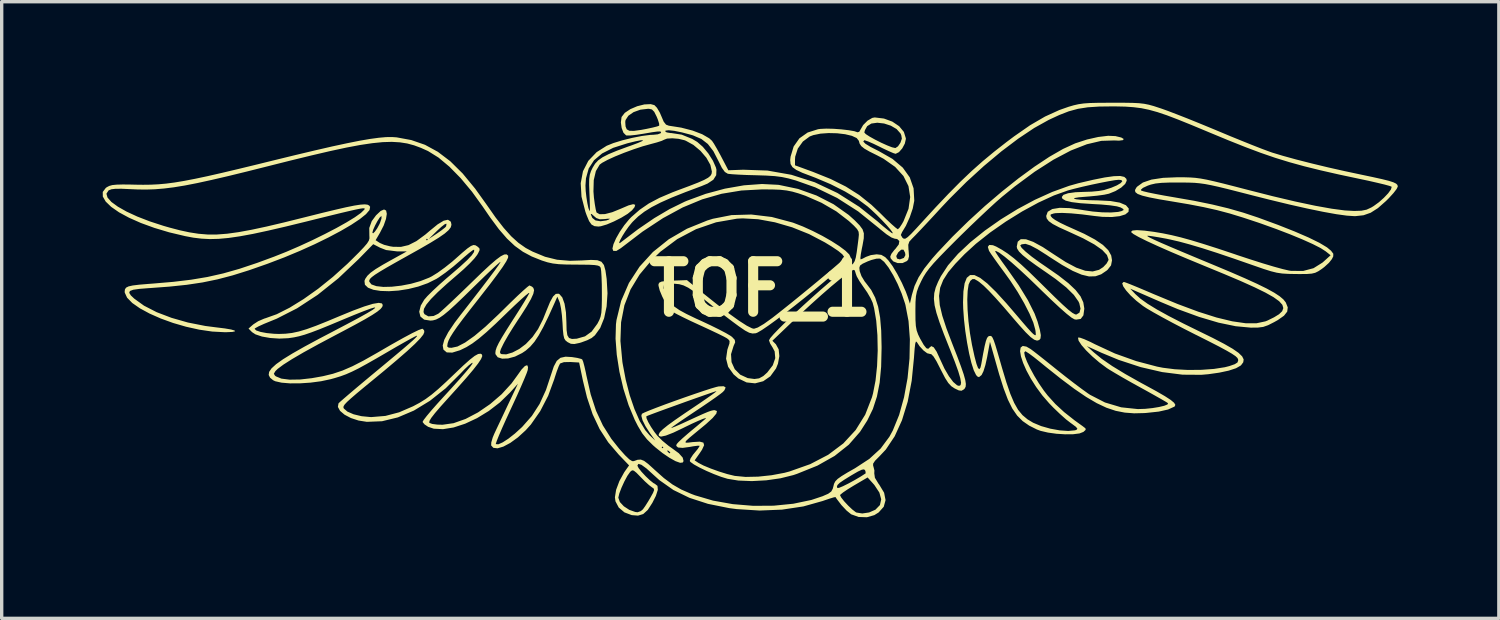
<source format=kicad_pcb>
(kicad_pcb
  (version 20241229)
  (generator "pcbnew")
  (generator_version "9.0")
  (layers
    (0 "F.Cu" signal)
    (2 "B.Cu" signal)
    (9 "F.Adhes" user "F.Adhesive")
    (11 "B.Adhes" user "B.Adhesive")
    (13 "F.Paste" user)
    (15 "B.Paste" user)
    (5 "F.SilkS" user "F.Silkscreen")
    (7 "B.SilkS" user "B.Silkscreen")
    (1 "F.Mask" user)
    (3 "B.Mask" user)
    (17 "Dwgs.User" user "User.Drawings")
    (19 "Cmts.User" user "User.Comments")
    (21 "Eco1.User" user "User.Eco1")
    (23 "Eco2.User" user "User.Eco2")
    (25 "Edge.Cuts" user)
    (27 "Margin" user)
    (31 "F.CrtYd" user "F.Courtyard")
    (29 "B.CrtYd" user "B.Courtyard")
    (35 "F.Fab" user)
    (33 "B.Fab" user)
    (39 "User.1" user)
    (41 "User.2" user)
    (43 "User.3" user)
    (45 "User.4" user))
  (footprint "TOF_1"
    (layer "F.Cu")
    (at 19.521 5.526)
    (property "Reference" "TOF_1" (at 0 0 0) (layer "F.SilkS") (effects (font (size 1.5 1.5) (thickness 0.3))))
    (attr board_only exclude_from_pos_files exclude_from_bom)
    (fp_poly (pts (xy 10.795 -5.526) (xy 11.046 -5.522) (xy 11.238 -5.513) (xy 11.393 -5.495) (xy 11.533 -5.467) (xy 11.681 -5.426) (xy 11.857 -5.368) (xy 11.9 -5.354) (xy 12.096 -5.284) (xy 12.365 -5.181) (xy 12.687 -5.055) (xy 13.04 -4.912) (xy 13.404 -4.762) (xy 13.596 -4.682) (xy 13.95 -4.534) (xy 14.296 -4.393) (xy 14.617 -4.264) (xy 14.893 -4.156) (xy 15.106 -4.077) (xy 15.194 -4.046) (xy 15.509 -3.951) (xy 15.904 -3.842) (xy 16.359 -3.726) (xy 16.853 -3.607) (xy 17.364 -3.492) (xy 17.816 -3.396) (xy 18.181 -3.319) (xy 18.456 -3.258) (xy 18.655 -3.208) (xy 18.789 -3.165) (xy 18.87 -3.126) (xy 18.91 -3.086) (xy 18.921 -3.041) (xy 18.921 -3.038) (xy 18.886 -2.965) (xy 18.792 -2.843) (xy 18.655 -2.693) (xy 18.572 -2.61) (xy 18.331 -2.398) (xy 18.117 -2.261) (xy 17.903 -2.186) (xy 17.662 -2.16) (xy 17.63 -2.16) (xy 17.408 -2.175) (xy 17.096 -2.218) (xy 16.702 -2.289) (xy 16.233 -2.386) (xy 15.697 -2.507) (xy 15.102 -2.651) (xy 14.654 -2.764) (xy 14.225 -2.874) (xy 13.88 -2.962) (xy 13.604 -3.029) (xy 13.383 -3.078) (xy 13.2 -3.113) (xy 13.04 -3.135) (xy 12.889 -3.149) (xy 12.731 -3.155) (xy 12.551 -3.158) (xy 12.443 -3.158) (xy 12.133 -3.157) (xy 11.903 -3.148) (xy 11.73 -3.129) (xy 11.591 -3.097) (xy 11.5 -3.066) (xy 11.356 -2.999) (xy 11.295 -2.944) (xy 11.3 -2.922) (xy 11.364 -2.899) (xy 11.512 -2.863) (xy 11.728 -2.819) (xy 11.994 -2.769) (xy 12.268 -2.722) (xy 12.88 -2.615) (xy 13.413 -2.506) (xy 13.89 -2.391) (xy 14.334 -2.264) (xy 14.77 -2.119) (xy 14.792 -2.111) (xy 15.369 -1.899) (xy 15.864 -1.703) (xy 16.273 -1.526) (xy 16.593 -1.369) (xy 16.82 -1.233) (xy 16.94 -1.133) (xy 17.007 -1.044) (xy 17.005 -0.965) (xy 16.965 -0.885) (xy 16.878 -0.775) (xy 16.742 -0.651) (xy 16.666 -0.593) (xy 16.562 -0.524) (xy 16.471 -0.479) (xy 16.367 -0.454) (xy 16.223 -0.443) (xy 16.014 -0.441) (xy 15.896 -0.442) (xy 15.671 -0.446) (xy 15.491 -0.457) (xy 15.329 -0.481) (xy 15.156 -0.524) (xy 14.943 -0.591) (xy 14.663 -0.688) (xy 14.654 -0.691) (xy 14.063 -0.897) (xy 13.557 -1.068) (xy 13.124 -1.207) (xy 12.752 -1.318) (xy 12.431 -1.405) (xy 12.149 -1.47) (xy 12.053 -1.49) (xy 11.828 -1.531) (xy 11.644 -1.561) (xy 11.522 -1.577) (xy 11.483 -1.577) (xy 11.498 -1.558) (xy 11.566 -1.519) (xy 11.693 -1.458) (xy 11.886 -1.371) (xy 12.15 -1.257) (xy 12.492 -1.112) (xy 12.917 -0.934) (xy 13.42 -0.725) (xy 13.948 -0.504) (xy 14.388 -0.313) (xy 14.746 -0.15) (xy 15.031 -0.01) (xy 15.251 0.111) (xy 15.413 0.217) (xy 15.525 0.312) (xy 15.595 0.4) (xy 15.597 0.404) (xy 15.655 0.548) (xy 15.639 0.674) (xy 15.543 0.796) (xy 15.358 0.926) (xy 15.251 0.986) (xy 15.072 1.077) (xy 14.926 1.128) (xy 14.769 1.148) (xy 14.556 1.15) (xy 14.551 1.149) (xy 14.111 1.108) (xy 13.6 1.002) (xy 13.024 0.831) (xy 12.388 0.599) (xy 11.903 0.396) (xy 11.675 0.297) (xy 11.447 0.197) (xy 11.261 0.116) (xy 11.235 0.105) (xy 10.978 -0.007) (xy 11.132 0.155) (xy 11.281 0.289) (xy 11.491 0.439) (xy 11.77 0.61) (xy 12.123 0.805) (xy 12.559 1.029) (xy 13.009 1.25) (xy 13.432 1.457) (xy 13.766 1.631) (xy 14.018 1.776) (xy 14.194 1.898) (xy 14.301 2.002) (xy 14.346 2.093) (xy 14.334 2.177) (xy 14.273 2.26) (xy 14.254 2.278) (xy 14.119 2.355) (xy 13.902 2.426) (xy 13.621 2.486) (xy 13.298 2.532) (xy 13.089 2.55) (xy 12.533 2.546) (xy 11.927 2.469) (xy 11.288 2.321) (xy 10.636 2.107) (xy 10.129 1.897) (xy 9.692 1.698) (xy 9.898 1.884) (xy 10.135 2.077) (xy 10.444 2.29) (xy 10.833 2.527) (xy 11.308 2.794) (xy 11.427 2.858) (xy 11.762 3.041) (xy 12.01 3.185) (xy 12.181 3.296) (xy 12.281 3.38) (xy 12.318 3.441) (xy 12.299 3.487) (xy 12.289 3.495) (xy 12.102 3.58) (xy 11.825 3.642) (xy 11.451 3.682) (xy 11.389 3.686) (xy 11.094 3.693) (xy 10.817 3.672) (xy 10.547 3.619) (xy 10.273 3.527) (xy 9.984 3.391) (xy 9.67 3.206) (xy 9.319 2.967) (xy 8.921 2.668) (xy 8.464 2.304) (xy 8.288 2.16) (xy 8.12 2.026) (xy 7.979 1.921) (xy 7.885 1.86) (xy 7.861 1.851) (xy 7.832 1.891) (xy 7.853 2) (xy 7.915 2.162) (xy 8.011 2.36) (xy 8.131 2.58) (xy 8.268 2.804) (xy 8.414 3.017) (xy 8.53 3.166) (xy 8.757 3.417) (xy 9.017 3.657) (xy 9.334 3.907) (xy 9.565 4.073) (xy 9.65 4.139) (xy 9.656 4.184) (xy 9.589 4.245) (xy 9.474 4.29) (xy 9.284 4.314) (xy 9.047 4.316) (xy 8.79 4.3) (xy 8.538 4.265) (xy 8.319 4.214) (xy 8.21 4.174) (xy 7.979 4.058) (xy 7.786 3.924) (xy 7.622 3.76) (xy 7.478 3.551) (xy 7.347 3.286) (xy 7.22 2.951) (xy 7.088 2.533) (xy 7.033 2.34) (xy 6.815 1.57) (xy 6.732 2.022) (xy 6.68 2.257) (xy 6.623 2.442) (xy 6.569 2.552) (xy 6.561 2.561) (xy 6.489 2.619) (xy 6.437 2.597) (xy 6.401 2.552) (xy 6.334 2.416) (xy 6.264 2.197) (xy 6.197 1.917) (xy 6.136 1.595) (xy 6.083 1.251) (xy 6.044 0.907) (xy 6.021 0.581) (xy 6.016 0.396) (xy 6.027 0.075) (xy 6.063 -0.167) (xy 6.127 -0.329) (xy 6.224 -0.41) (xy 6.355 -0.41) (xy 6.525 -0.327) (xy 6.737 -0.161) (xy 6.994 0.089) (xy 7.3 0.424) (xy 7.621 0.798) (xy 7.783 0.989) (xy 7.928 1.156) (xy 8.041 1.28) (xy 8.1 1.338) (xy 8.157 1.378) (xy 8.177 1.357) (xy 8.168 1.258) (xy 8.16 1.208) (xy 8.102 1) (xy 7.988 0.732) (xy 7.83 0.423) (xy 7.638 0.092) (xy 7.421 -0.241) (xy 7.257 -0.469) (xy 7.099 -0.683) (xy 6.96 -0.877) (xy 6.852 -1.03) (xy 6.792 -1.123) (xy 6.787 -1.131) (xy 6.752 -1.248) (xy 6.794 -1.305) (xy 6.903 -1.297) (xy 7 -1.257) (xy 7.172 -1.161) (xy 7.343 -1.049) (xy 7.526 -0.909) (xy 7.734 -0.731) (xy 7.979 -0.504) (xy 8.273 -0.217) (xy 8.453 -0.039) (xy 8.741 0.245) (xy 8.967 0.461) (xy 9.137 0.614) (xy 9.26 0.71) (xy 9.342 0.755) (xy 9.378 0.761) (xy 9.472 0.705) (xy 9.503 0.586) (xy 9.467 0.427) (xy 9.442 0.373) (xy 9.305 0.178) (xy 9.081 -0.043) (xy 8.766 -0.293) (xy 8.51 -0.473) (xy 8.192 -0.693) (xy 7.954 -0.866) (xy 7.786 -1.002) (xy 7.678 -1.109) (xy 7.623 -1.194) (xy 7.61 -1.253) (xy 7.64 -1.402) (xy 7.73 -1.476) (xy 7.883 -1.474) (xy 8.1 -1.396) (xy 8.383 -1.242) (xy 8.689 -1.04) (xy 9.063 -0.798) (xy 9.378 -0.631) (xy 9.643 -0.539) (xy 9.865 -0.518) (xy 10.054 -0.567) (xy 10.177 -0.647) (xy 10.278 -0.754) (xy 10.332 -0.852) (xy 10.335 -0.871) (xy 10.288 -1.006) (xy 10.148 -1.156) (xy 9.912 -1.321) (xy 9.578 -1.503) (xy 9.146 -1.702) (xy 8.871 -1.826) (xy 8.68 -1.926) (xy 8.561 -2.011) (xy 8.5 -2.09) (xy 8.484 -2.165) (xy 8.53 -2.29) (xy 8.665 -2.371) (xy 8.886 -2.407) (xy 9.188 -2.398) (xy 9.568 -2.342) (xy 9.581 -2.339) (xy 9.863 -2.297) (xy 10.149 -2.273) (xy 10.41 -2.269) (xy 10.618 -2.285) (xy 10.719 -2.309) (xy 10.784 -2.342) (xy 10.769 -2.374) (xy 10.694 -2.418) (xy 10.582 -2.451) (xy 10.383 -2.481) (xy 10.111 -2.506) (xy 9.872 -2.519) (xy 9.508 -2.543) (xy 9.241 -2.576) (xy 9.062 -2.62) (xy 8.967 -2.676) (xy 8.947 -2.728) (xy 8.996 -2.792) (xy 9.135 -2.84) (xy 9.354 -2.87) (xy 9.605 -2.88) (xy 9.83 -2.887) (xy 10.045 -2.907) (xy 10.203 -2.935) (xy 10.206 -2.936) (xy 10.415 -3.002) (xy 10.582 -3.073) (xy 10.696 -3.141) (xy 10.744 -3.196) (xy 10.715 -3.231) (xy 10.64 -3.239) (xy 10.526 -3.228) (xy 10.336 -3.196) (xy 10.095 -3.149) (xy 9.827 -3.093) (xy 9.557 -3.032) (xy 9.308 -2.971) (xy 9.127 -2.922) (xy 8.713 -2.774) (xy 8.253 -2.562) (xy 7.77 -2.299) (xy 7.285 -1.998) (xy 6.82 -1.674) (xy 6.397 -1.339) (xy 6.063 -1.033) (xy 5.788 -0.748) (xy 5.577 -0.498) (xy 5.428 -0.265) (xy 5.337 -0.036) (xy 5.304 0.207) (xy 5.325 0.479) (xy 5.4 0.796) (xy 5.524 1.174) (xy 5.694 1.62) (xy 5.844 2.004) (xy 5.956 2.305) (xy 6.035 2.534) (xy 6.082 2.703) (xy 6.1 2.823) (xy 6.093 2.905) (xy 6.063 2.961) (xy 6.04 2.983) (xy 5.971 3.023) (xy 5.89 3.013) (xy 5.766 2.954) (xy 5.667 2.888) (xy 5.578 2.792) (xy 5.484 2.646) (xy 5.371 2.428) (xy 5.347 2.381) (xy 5.229 2.15) (xy 5.14 2.006) (xy 5.074 1.938) (xy 5.036 1.931) (xy 4.952 1.91) (xy 4.839 1.825) (xy 4.725 1.7) (xy 4.643 1.576) (xy 4.618 1.562) (xy 4.597 1.625) (xy 4.579 1.776) (xy 4.561 2.02) (xy 4.56 2.039) (xy 4.492 2.726) (xy 4.373 3.348) (xy 4.203 3.9) (xy 3.987 4.375) (xy 3.726 4.766) (xy 3.53 4.974) (xy 3.403 5.102) (xy 3.346 5.189) (xy 3.348 5.256) (xy 3.355 5.269) (xy 3.385 5.389) (xy 3.381 5.476) (xy 3.4 5.607) (xy 3.505 5.78) (xy 3.53 5.813) (xy 3.673 6.05) (xy 3.716 6.27) (xy 3.662 6.467) (xy 3.511 6.635) (xy 3.383 6.715) (xy 3.163 6.778) (xy 2.918 6.77) (xy 2.699 6.692) (xy 2.692 6.688) (xy 2.559 6.58) (xy 2.406 6.417) (xy 2.266 6.234) (xy 2.23 6.179) (xy 2.181 6.187) (xy 2.059 6.224) (xy 1.89 6.281) (xy 1.851 6.295) (xy 1.275 6.457) (xy 0.643 6.552) (xy -0.025 6.579) (xy -0.704 6.536) (xy -0.926 6.507) (xy -1.556 6.38) (xy -2.104 6.202) (xy -2.582 5.969) (xy -3 5.675) (xy -3.173 5.519) (xy -3.381 5.33) (xy -3.531 5.221) (xy -3.621 5.193) (xy -3.651 5.246) (xy -3.615 5.318) (xy -3.526 5.431) (xy -3.406 5.56) (xy -3.281 5.679) (xy -3.175 5.763) (xy -3.132 5.786) (xy -3.054 5.847) (xy -3.044 5.964) (xy -3.102 6.144) (xy -3.206 6.35) (xy -3.342 6.56) (xy -3.477 6.683) (xy -3.632 6.73) (xy -3.819 6.715) (xy -4.036 6.633) (xy -4.204 6.49) (xy -4.301 6.306) (xy -4.316 6.2) (xy -4.216 6.2) (xy -4.171 6.326) (xy -4.053 6.453) (xy -3.892 6.558) (xy -3.715 6.621) (xy -3.646 6.63) (xy -3.549 6.596) (xy -3.487 6.543) (xy -3.419 6.448) (xy -3.327 6.302) (xy -3.266 6.198) (xy -3.186 6.054) (xy -3.154 5.971) (xy -3.167 5.925) (xy -3.218 5.89) (xy -3.304 5.825) (xy -3.43 5.711) (xy -3.55 5.589) (xy -3.677 5.459) (xy -3.756 5.395) (xy -3.808 5.385) (xy -3.855 5.421) (xy -3.868 5.435) (xy -3.948 5.549) (xy -4.038 5.717) (xy -4.123 5.903) (xy -4.188 6.074) (xy -4.216 6.193) (xy -4.216 6.2) (xy -4.316 6.2) (xy -4.318 6.188) (xy -4.282 5.963) (xy -4.185 5.704) (xy -4.043 5.446) (xy -4.006 5.392) (xy -3.897 5.239) (xy -4.206 4.917) (xy -4.518 4.552) (xy -4.772 4.16) (xy -4.979 3.722) (xy -5.147 3.219) (xy -5.267 2.725) (xy -5.38 2.185) (xy -5.638 2.17) (xy -5.831 2.174) (xy -5.94 2.212) (xy -5.949 2.221) (xy -5.988 2.301) (xy -6.044 2.449) (xy -6.106 2.638) (xy -6.116 2.674) (xy -6.299 3.172) (xy -6.536 3.63) (xy -6.812 4.025) (xy -6.966 4.196) (xy -7.198 4.408) (xy -7.423 4.571) (xy -7.629 4.681) (xy -7.801 4.732) (xy -7.927 4.717) (xy -7.991 4.647) (xy -7.988 4.557) (xy -7.946 4.413) (xy -7.899 4.3) (xy -7.829 4.15) (xy -7.727 3.935) (xy -7.609 3.685) (xy -7.487 3.427) (xy -7.486 3.425) (xy -7.196 2.814) (xy -7.435 3.08) (xy -7.731 3.369) (xy -8.061 3.623) (xy -8.41 3.836) (xy -8.763 4.001) (xy -9.106 4.113) (xy -9.422 4.164) (xy -9.696 4.149) (xy -9.863 4.093) (xy -9.971 4.02) (xy -10.025 3.953) (xy -10.026 3.945) (xy -9.993 3.887) (xy -9.901 3.768) (xy -9.764 3.605) (xy -9.593 3.411) (xy -9.507 3.316) (xy -9.183 2.962) (xy -8.928 2.679) (xy -8.74 2.463) (xy -8.614 2.312) (xy -8.55 2.223) (xy -8.543 2.192) (xy -8.565 2.199) (xy -8.654 2.266) (xy -8.78 2.384) (xy -8.893 2.503) (xy -9.342 2.951) (xy -9.808 3.321) (xy -10.284 3.611) (xy -10.761 3.814) (xy -11.23 3.928) (xy -11.681 3.946) (xy -11.929 3.907) (xy -12.155 3.833) (xy -12.343 3.734) (xy -12.477 3.62) (xy -12.541 3.503) (xy -12.523 3.398) (xy -12.477 3.353) (xy -12.362 3.253) (xy -12.191 3.106) (xy -11.974 2.922) (xy -11.722 2.711) (xy -11.53 2.551) (xy -11.154 2.239) (xy -10.851 1.986) (xy -10.614 1.787) (xy -10.437 1.635) (xy -10.313 1.526) (xy -10.235 1.452) (xy -10.197 1.409) (xy -10.192 1.391) (xy -10.198 1.389) (xy -10.255 1.414) (xy -10.384 1.482) (xy -10.572 1.587) (xy -10.803 1.718) (xy -11.021 1.845) (xy -11.389 2.059) (xy -11.685 2.227) (xy -11.924 2.358) (xy -12.124 2.457) (xy -12.299 2.534) (xy -12.466 2.595) (xy -12.64 2.648) (xy -12.756 2.68) (xy -13.041 2.741) (xy -13.352 2.782) (xy -13.666 2.803) (xy -13.961 2.804) (xy -14.214 2.783) (xy -14.4 2.741) (xy -14.463 2.711) (xy -14.554 2.636) (xy -14.595 2.554) (xy -14.582 2.463) (xy -14.51 2.358) (xy -14.374 2.234) (xy -14.169 2.088) (xy -13.888 1.915) (xy -13.528 1.711) (xy -13.083 1.471) (xy -12.723 1.283) (xy -12.28 1.05) (xy -11.929 0.863) (xy -11.671 0.719) (xy -11.505 0.619) (xy -11.432 0.563) (xy -11.452 0.55) (xy -11.563 0.582) (xy -11.767 0.657) (xy -12.063 0.775) (xy -12.391 0.911) (xy -12.778 1.073) (xy -13.085 1.198) (xy -13.33 1.291) (xy -13.528 1.359) (xy -13.694 1.406) (xy -13.844 1.438) (xy -13.993 1.46) (xy -14.014 1.463) (xy -14.28 1.475) (xy -14.549 1.457) (xy -14.795 1.414) (xy -14.988 1.349) (xy -15.088 1.284) (xy -15.194 1.177) (xy -15.052 1.053) (xy -14.907 0.959) (xy -14.729 0.882) (xy -14.692 0.871) (xy -14.356 0.751) (xy -13.974 0.558) (xy -13.559 0.302) (xy -13.125 -0.006) (xy -12.689 -0.357) (xy -12.263 -0.741) (xy -12.129 -0.872) (xy -11.917 -1.083) (xy -11.77 -1.238) (xy -11.675 -1.349) (xy -11.623 -1.432) (xy -11.604 -1.5) (xy -11.606 -1.568) (xy -11.607 -1.581) (xy -11.608 -1.67) (xy -11.517 -1.67) (xy -11.496 -1.65) (xy -11.443 -1.7) (xy -11.374 -1.799) (xy -11.307 -1.924) (xy -11.288 -1.967) (xy -11.248 -2.086) (xy -11.246 -2.154) (xy -11.255 -2.16) (xy -11.3 -2.118) (xy -11.367 -2.014) (xy -11.437 -1.883) (xy -11.493 -1.758) (xy -11.517 -1.672) (xy -11.517 -1.67) (xy -11.608 -1.67) (xy -11.61 -1.809) (xy -11.536 -2.012) (xy -11.409 -2.184) (xy -11.271 -2.314) (xy -11.171 -2.358) (xy -11.109 -2.326) (xy -11.089 -2.228) (xy -11.113 -2.077) (xy -11.182 -1.881) (xy -11.295 -1.661) (xy -11.421 -1.446) (xy -11.296 -1.364) (xy -11.17 -1.309) (xy -10.995 -1.265) (xy -10.907 -1.251) (xy -10.671 -1.247) (xy -10.445 -1.3) (xy -10.21 -1.419) (xy -10.147 -1.465) (xy -9.923 -1.465) (xy -9.898 -1.44) (xy -9.872 -1.465) (xy -9.888 -1.481) (xy -9.846 -1.481) (xy -9.605 -1.641) (xy -9.466 -1.739) (xy -9.363 -1.82) (xy -9.33 -1.855) (xy -9.317 -1.924) (xy -9.324 -1.937) (xy -9.372 -1.918) (xy -9.47 -1.842) (xy -9.597 -1.725) (xy -9.599 -1.723) (xy -9.846 -1.481) (xy -9.888 -1.481) (xy -9.898 -1.491) (xy -9.923 -1.465) (xy -10.147 -1.465) (xy -9.948 -1.611) (xy -9.814 -1.725) (xy -9.58 -1.916) (xy -9.401 -2.025) (xy -9.275 -2.053) (xy -9.197 -2.003) (xy -9.183 -1.975) (xy -9.17 -1.903) (xy -9.191 -1.827) (xy -9.256 -1.743) (xy -9.372 -1.642) (xy -9.548 -1.52) (xy -9.792 -1.37) (xy -10.113 -1.184) (xy -10.442 -1) (xy -10.803 -0.798) (xy -11.083 -0.639) (xy -11.292 -0.515) (xy -11.44 -0.421) (xy -11.535 -0.35) (xy -11.589 -0.296) (xy -11.61 -0.251) (xy -11.61 -0.215) (xy -11.545 -0.133) (xy -11.4 -0.082) (xy -11.193 -0.059) (xy -10.94 -0.065) (xy -10.66 -0.097) (xy -10.37 -0.153) (xy -10.088 -0.233) (xy -9.831 -0.334) (xy -9.754 -0.373) (xy -9.581 -0.48) (xy -9.369 -0.633) (xy -9.153 -0.805) (xy -9.059 -0.887) (xy -8.848 -1.074) (xy -8.697 -1.201) (xy -8.591 -1.274) (xy -8.517 -1.303) (xy -8.458 -1.295) (xy -8.401 -1.26) (xy -8.342 -1.208) (xy -8.333 -1.154) (xy -8.377 -1.062) (xy -8.407 -1.01) (xy -8.489 -0.903) (xy -8.629 -0.754) (xy -8.806 -0.585) (xy -8.947 -0.461) (xy -9.301 -0.155) (xy -9.577 0.097) (xy -9.779 0.301) (xy -9.914 0.464) (xy -9.986 0.59) (xy -10 0.687) (xy -9.972 0.749) (xy -9.856 0.815) (xy -9.701 0.804) (xy -9.562 0.737) (xy -9.49 0.677) (xy -9.356 0.556) (xy -9.174 0.386) (xy -8.955 0.178) (xy -8.712 -0.056) (xy -8.575 -0.189) (xy -8.272 -0.482) (xy -8.031 -0.706) (xy -7.844 -0.867) (xy -7.705 -0.97) (xy -7.605 -1.021) (xy -7.536 -1.026) (xy -7.49 -0.99) (xy -7.486 -0.984) (xy -7.489 -0.927) (xy -7.542 -0.818) (xy -7.649 -0.651) (xy -7.813 -0.422) (xy -8.036 -0.126) (xy -8.324 0.243) (xy -8.336 0.259) (xy -8.614 0.613) (xy -8.833 0.897) (xy -9 1.121) (xy -9.121 1.296) (xy -9.205 1.431) (xy -9.257 1.535) (xy -9.283 1.612) (xy -9.297 1.708) (xy -9.251 1.744) (xy -9.167 1.748) (xy -8.991 1.71) (xy -8.766 1.593) (xy -8.489 1.397) (xy -8.16 1.12) (xy -7.776 0.759) (xy -7.644 0.63) (xy -7.418 0.407) (xy -7.215 0.212) (xy -7.046 0.055) (xy -6.923 -0.053) (xy -6.859 -0.101) (xy -6.854 -0.103) (xy -6.778 -0.067) (xy -6.739 -0.03) (xy -6.717 0.038) (xy -6.74 0.146) (xy -6.811 0.303) (xy -6.935 0.518) (xy -7.116 0.802) (xy -7.199 0.926) (xy -7.342 1.147) (xy -7.481 1.371) (xy -7.592 1.564) (xy -7.629 1.634) (xy -7.703 1.787) (xy -7.73 1.875) (xy -7.715 1.919) (xy -7.684 1.936) (xy -7.544 1.943) (xy -7.359 1.888) (xy -7.157 1.783) (xy -6.966 1.639) (xy -6.958 1.632) (xy -6.762 1.426) (xy -6.6 1.193) (xy -6.454 0.905) (xy -6.348 0.642) (xy -6.244 0.389) (xy -6.155 0.227) (xy -6.073 0.148) (xy -5.992 0.142) (xy -5.967 0.153) (xy -5.88 0.253) (xy -5.813 0.439) (xy -5.771 0.697) (xy -5.758 0.983) (xy -5.752 1.222) (xy -5.73 1.374) (xy -5.68 1.457) (xy -5.592 1.486) (xy -5.456 1.478) (xy -5.447 1.477) (xy -5.205 1.408) (xy -5.009 1.267) (xy -4.842 1.039) (xy -4.833 1.024) (xy -4.78 0.922) (xy -4.744 0.825) (xy -4.721 0.708) (xy -4.71 0.549) (xy -4.705 0.326) (xy -4.705 0.129) (xy -4.707 -0.13) (xy -4.715 -0.357) (xy -4.726 -0.53) (xy -4.74 -0.625) (xy -4.742 -0.63) (xy -4.768 -0.667) (xy -4.821 -0.692) (xy -4.919 -0.708) (xy -5.077 -0.717) (xy -5.314 -0.72) (xy -5.461 -0.721) (xy -5.761 -0.724) (xy -5.985 -0.734) (xy -6.162 -0.755) (xy -6.317 -0.789) (xy -6.479 -0.84) (xy -6.493 -0.845) (xy -6.788 -0.963) (xy -7.049 -1.103) (xy -7.289 -1.276) (xy -7.522 -1.495) (xy -7.762 -1.772) (xy -8.021 -2.121) (xy -8.241 -2.442) (xy -8.562 -2.887) (xy -8.896 -3.287) (xy -9.231 -3.628) (xy -9.555 -3.899) (xy -9.857 -4.087) (xy -9.874 -4.096) (xy -10.079 -4.188) (xy -10.279 -4.262) (xy -10.483 -4.317) (xy -10.701 -4.351) (xy -10.94 -4.365) (xy -11.21 -4.357) (xy -11.519 -4.326) (xy -11.876 -4.273) (xy -12.29 -4.195) (xy -12.769 -4.092) (xy -13.322 -3.963) (xy -13.957 -3.808) (xy -14.577 -3.652) (xy -15.233 -3.487) (xy -15.802 -3.348) (xy -16.293 -3.234) (xy -16.718 -3.141) (xy -17.087 -3.069) (xy -17.412 -3.016) (xy -17.703 -2.98) (xy -17.971 -2.958) (xy -18.228 -2.949) (xy -18.483 -2.952) (xy -18.69 -2.961) (xy -18.958 -2.973) (xy -19.142 -2.972) (xy -19.262 -2.958) (xy -19.338 -2.929) (xy -19.352 -2.919) (xy -19.412 -2.825) (xy -19.379 -2.711) (xy -19.264 -2.581) (xy -19.072 -2.441) (xy -18.814 -2.295) (xy -18.496 -2.148) (xy -18.127 -2.005) (xy -17.715 -1.871) (xy -17.541 -1.821) (xy -17.232 -1.74) (xy -16.949 -1.679) (xy -16.679 -1.637) (xy -16.411 -1.615) (xy -16.132 -1.615) (xy -15.829 -1.638) (xy -15.49 -1.685) (xy -15.103 -1.756) (xy -14.655 -1.852) (xy -14.133 -1.975) (xy -13.527 -2.126) (xy -13.487 -2.136) (xy -13.004 -2.257) (xy -12.61 -2.352) (xy -12.298 -2.424) (xy -12.056 -2.473) (xy -11.876 -2.501) (xy -11.748 -2.51) (xy -11.663 -2.501) (xy -11.612 -2.475) (xy -11.584 -2.435) (xy -11.584 -2.434) (xy -11.602 -2.341) (xy -11.707 -2.219) (xy -11.891 -2.071) (xy -12.144 -1.903) (xy -12.457 -1.72) (xy -12.821 -1.527) (xy -13.227 -1.328) (xy -13.666 -1.13) (xy -14.129 -0.937) (xy -14.606 -0.755) (xy -14.647 -0.74) (xy -15.184 -0.552) (xy -15.664 -0.402) (xy -16.113 -0.284) (xy -16.559 -0.192) (xy -17.026 -0.122) (xy -17.542 -0.068) (xy -18.134 -0.024) (xy -18.154 -0.023) (xy -18.433 -0.001) (xy -18.617 0.025) (xy -18.715 0.062) (xy -18.735 0.117) (xy -18.686 0.194) (xy -18.587 0.288) (xy -18.296 0.498) (xy -17.92 0.691) (xy -17.479 0.859) (xy -16.992 0.998) (xy -16.476 1.1) (xy -16.166 1.14) (xy -15.897 1.173) (xy -15.71 1.205) (xy -15.607 1.235) (xy -15.594 1.259) (xy -15.675 1.277) (xy -15.852 1.285) (xy -15.907 1.285) (xy -16.271 1.266) (xy -16.656 1.21) (xy -17.047 1.123) (xy -17.433 1.011) (xy -17.798 0.879) (xy -18.131 0.732) (xy -18.417 0.577) (xy -18.645 0.418) (xy -18.799 0.26) (xy -18.868 0.109) (xy -18.87 0.079) (xy -18.862 0.013) (xy -18.829 -0.037) (xy -18.756 -0.074) (xy -18.63 -0.102) (xy -18.434 -0.126) (xy -18.157 -0.149) (xy -18.022 -0.159) (xy -17.425 -0.21) (xy -16.898 -0.273) (xy -16.414 -0.354) (xy -15.944 -0.46) (xy -15.462 -0.597) (xy -14.941 -0.771) (xy -14.433 -0.958) (xy -14.066 -1.104) (xy -13.684 -1.269) (xy -13.302 -1.445) (xy -12.934 -1.626) (xy -12.591 -1.804) (xy -12.289 -1.973) (xy -12.04 -2.125) (xy -11.859 -2.254) (xy -11.758 -2.352) (xy -11.752 -2.359) (xy -11.744 -2.38) (xy -11.757 -2.392) (xy -11.798 -2.393) (xy -11.878 -2.382) (xy -12.005 -2.357) (xy -12.19 -2.315) (xy -12.441 -2.256) (xy -12.768 -2.176) (xy -13.179 -2.075) (xy -13.471 -2.002) (xy -14.085 -1.852) (xy -14.611 -1.73) (xy -15.061 -1.633) (xy -15.448 -1.562) (xy -15.783 -1.513) (xy -16.077 -1.486) (xy -16.342 -1.479) (xy -16.589 -1.492) (xy -16.831 -1.521) (xy -17.07 -1.566) (xy -17.547 -1.679) (xy -17.988 -1.811) (xy -18.389 -1.957) (xy -18.741 -2.113) (xy -19.037 -2.273) (xy -19.27 -2.435) (xy -19.433 -2.592) (xy -19.519 -2.741) (xy -19.521 -2.878) (xy -19.431 -2.997) (xy -19.399 -3.02) (xy -19.328 -3.057) (xy -19.238 -3.082) (xy -19.109 -3.095) (xy -18.923 -3.1) (xy -18.658 -3.097) (xy -18.563 -3.094) (xy -18.323 -3.091) (xy -18.096 -3.094) (xy -17.871 -3.105) (xy -17.638 -3.126) (xy -17.386 -3.159) (xy -17.105 -3.206) (xy -16.783 -3.268) (xy -16.41 -3.347) (xy -15.976 -3.446) (xy -15.47 -3.566) (xy -14.881 -3.709) (xy -14.5 -3.803) (xy -13.812 -3.971) (xy -13.215 -4.113) (xy -12.702 -4.231) (xy -12.264 -4.325) (xy -11.894 -4.399) (xy -11.584 -4.452) (xy -11.325 -4.487) (xy -11.111 -4.506) (xy -10.932 -4.508) (xy -10.798 -4.499) (xy -10.361 -4.418) (xy -9.956 -4.278) (xy -9.574 -4.07) (xy -9.204 -3.789) (xy -8.838 -3.427) (xy -8.467 -2.977) (xy -8.138 -2.518) (xy -7.862 -2.124) (xy -7.618 -1.81) (xy -7.396 -1.562) (xy -7.182 -1.368) (xy -6.964 -1.215) (xy -6.761 -1.107) (xy -6.391 -0.954) (xy -6.034 -0.866) (xy -5.653 -0.834) (xy -5.298 -0.845) (xy -5.027 -0.861) (xy -4.839 -0.852) (xy -4.718 -0.806) (xy -4.644 -0.709) (xy -4.599 -0.546) (xy -4.564 -0.305) (xy -4.562 -0.288) (xy -4.538 0.13) (xy -4.564 0.521) (xy -4.638 0.87) (xy -4.755 1.161) (xy -4.912 1.378) (xy -5.009 1.458) (xy -5.14 1.524) (xy -5.312 1.587) (xy -5.365 1.603) (xy -5.521 1.636) (xy -5.626 1.629) (xy -5.722 1.58) (xy -5.782 1.533) (xy -5.822 1.47) (xy -5.846 1.368) (xy -5.863 1.206) (xy -5.873 1.018) (xy -5.891 0.787) (xy -5.918 0.578) (xy -5.949 0.425) (xy -5.962 0.386) (xy -6.027 0.231) (xy -6.106 0.411) (xy -6.288 0.813) (xy -6.443 1.131) (xy -6.58 1.379) (xy -6.706 1.569) (xy -6.832 1.715) (xy -6.964 1.831) (xy -7.073 1.904) (xy -7.284 2.009) (xy -7.488 2.064) (xy -7.666 2.071) (xy -7.797 2.029) (xy -7.863 1.938) (xy -7.867 1.901) (xy -7.858 1.826) (xy -7.827 1.732) (xy -7.767 1.607) (xy -7.671 1.438) (xy -7.532 1.212) (xy -7.344 0.916) (xy -7.294 0.839) (xy -7.147 0.608) (xy -7.019 0.402) (xy -6.921 0.239) (xy -6.864 0.137) (xy -6.856 0.119) (xy -6.88 0.124) (xy -6.967 0.192) (xy -7.106 0.315) (xy -7.287 0.483) (xy -7.499 0.686) (xy -7.538 0.724) (xy -7.862 1.037) (xy -8.131 1.284) (xy -8.355 1.474) (xy -8.549 1.619) (xy -8.725 1.728) (xy -8.895 1.811) (xy -8.915 1.82) (xy -9.146 1.891) (xy -9.31 1.885) (xy -9.408 1.802) (xy -9.429 1.679) (xy -9.382 1.508) (xy -9.264 1.284) (xy -9.073 1.001) (xy -8.902 0.776) (xy -8.572 0.353) (xy -8.291 -0.01) (xy -8.062 -0.31) (xy -7.888 -0.542) (xy -7.772 -0.704) (xy -7.717 -0.791) (xy -7.713 -0.804) (xy -7.747 -0.781) (xy -7.844 -0.696) (xy -7.993 -0.558) (xy -8.183 -0.377) (xy -8.404 -0.162) (xy -8.497 -0.071) (xy -8.805 0.231) (xy -9.051 0.466) (xy -9.246 0.644) (xy -9.401 0.772) (xy -9.524 0.857) (xy -9.627 0.909) (xy -9.719 0.934) (xy -9.793 0.941) (xy -9.98 0.912) (xy -10.092 0.82) (xy -10.127 0.677) (xy -10.08 0.493) (xy -9.979 0.322) (xy -9.887 0.216) (xy -9.732 0.062) (xy -9.535 -0.122) (xy -9.313 -0.318) (xy -9.208 -0.407) (xy -8.918 -0.657) (xy -8.707 -0.851) (xy -8.569 -0.996) (xy -8.5 -1.096) (xy -8.494 -1.157) (xy -8.5 -1.165) (xy -8.546 -1.143) (xy -8.65 -1.064) (xy -8.794 -0.942) (xy -8.91 -0.839) (xy -9.119 -0.66) (xy -9.345 -0.484) (xy -9.551 -0.339) (xy -9.618 -0.297) (xy -9.873 -0.17) (xy -10.154 -0.07) (xy -10.448 0.003) (xy -10.742 0.049) (xy -11.022 0.068) (xy -11.275 0.06) (xy -11.487 0.026) (xy -11.647 -0.036) (xy -11.739 -0.124) (xy -11.752 -0.239) (xy -11.728 -0.3) (xy -11.665 -0.391) (xy -11.568 -0.483) (xy -11.421 -0.588) (xy -11.208 -0.717) (xy -10.986 -0.842) (xy -10.494 -1.114) (xy -10.787 -1.114) (xy -11.11 -1.154) (xy -11.286 -1.222) (xy -11.492 -1.328) (xy -11.929 -0.881) (xy -12.53 -0.312) (xy -13.141 0.176) (xy -13.753 0.576) (xy -14.357 0.884) (xy -14.529 0.954) (xy -14.732 1.037) (xy -14.893 1.11) (xy -14.992 1.164) (xy -15.014 1.185) (xy -14.966 1.233) (xy -14.839 1.276) (xy -14.655 1.311) (xy -14.437 1.332) (xy -14.292 1.337) (xy -14.096 1.33) (xy -13.904 1.308) (xy -13.7 1.264) (xy -13.466 1.194) (xy -13.187 1.093) (xy -12.845 0.956) (xy -12.518 0.819) (xy -12.094 0.645) (xy -11.756 0.52) (xy -11.503 0.443) (xy -11.329 0.414) (xy -11.233 0.431) (xy -11.209 0.479) (xy -11.224 0.533) (xy -11.276 0.597) (xy -11.373 0.676) (xy -11.523 0.775) (xy -11.736 0.901) (xy -12.019 1.057) (xy -12.382 1.251) (xy -12.597 1.364) (xy -13.124 1.644) (xy -13.558 1.883) (xy -13.902 2.084) (xy -14.158 2.247) (xy -14.327 2.373) (xy -14.395 2.439) (xy -14.442 2.517) (xy -14.41 2.573) (xy -14.381 2.596) (xy -14.219 2.663) (xy -13.975 2.694) (xy -13.662 2.689) (xy -13.317 2.65) (xy -12.984 2.591) (xy -12.688 2.519) (xy -12.405 2.424) (xy -12.112 2.297) (xy -11.784 2.129) (xy -11.397 1.91) (xy -11.388 1.905) (xy -10.952 1.652) (xy -10.601 1.455) (xy -10.333 1.312) (xy -10.147 1.222) (xy -10.041 1.184) (xy -10.028 1.183) (xy -9.984 1.225) (xy -9.975 1.28) (xy -10.005 1.355) (xy -10.098 1.472) (xy -10.257 1.635) (xy -10.486 1.847) (xy -10.789 2.11) (xy -11.168 2.43) (xy -11.452 2.664) (xy -11.754 2.912) (xy -11.986 3.105) (xy -12.154 3.25) (xy -12.269 3.355) (xy -12.339 3.43) (xy -12.372 3.482) (xy -12.377 3.521) (xy -12.364 3.551) (xy -12.257 3.643) (xy -12.074 3.722) (xy -11.841 3.778) (xy -11.584 3.803) (xy -11.54 3.804) (xy -11.13 3.77) (xy -10.723 3.663) (xy -10.309 3.484) (xy -10.116 3.381) (xy -9.939 3.271) (xy -9.76 3.139) (xy -9.562 2.973) (xy -9.327 2.758) (xy -9.075 2.518) (xy -8.82 2.275) (xy -8.625 2.101) (xy -8.481 1.989) (xy -8.378 1.932) (xy -8.306 1.923) (xy -8.265 1.947) (xy -8.255 1.995) (xy -8.292 2.083) (xy -8.38 2.215) (xy -8.522 2.397) (xy -8.725 2.637) (xy -8.992 2.938) (xy -9.257 3.231) (xy -9.491 3.491) (xy -9.659 3.687) (xy -9.767 3.826) (xy -9.822 3.917) (xy -9.829 3.968) (xy -9.824 3.977) (xy -9.742 4.008) (xy -9.589 4.028) (xy -9.433 4.032) (xy -9.107 3.986) (xy -8.751 3.86) (xy -8.383 3.667) (xy -8.021 3.419) (xy -7.683 3.129) (xy -7.388 2.807) (xy -7.215 2.569) (xy -7.089 2.392) (xy -6.989 2.289) (xy -6.922 2.264) (xy -6.897 2.321) (xy -6.906 2.409) (xy -6.936 2.498) (xy -7.004 2.664) (xy -7.101 2.89) (xy -7.222 3.162) (xy -7.36 3.462) (xy -7.409 3.567) (xy -7.546 3.864) (xy -7.665 4.129) (xy -7.76 4.349) (xy -7.824 4.509) (xy -7.853 4.596) (xy -7.853 4.607) (xy -7.779 4.613) (xy -7.649 4.555) (xy -7.48 4.446) (xy -7.287 4.294) (xy -7.086 4.111) (xy -7.065 4.09) (xy -6.783 3.77) (xy -6.554 3.415) (xy -6.365 3.002) (xy -6.216 2.553) (xy -6.132 2.301) (xy -6.044 2.136) (xy -5.934 2.045) (xy -5.784 2.012) (xy -5.594 2.023) (xy -5.435 2.048) (xy -5.32 2.078) (xy -5.288 2.095) (xy -5.26 2.162) (xy -5.222 2.304) (xy -5.179 2.494) (xy -5.166 2.562) (xy -5.037 3.13) (xy -4.877 3.62) (xy -4.675 4.053) (xy -4.423 4.451) (xy -4.189 4.746) (xy -4.014 4.941) (xy -3.889 5.061) (xy -3.804 5.113) (xy -3.76 5.113) (xy -3.644 5.072) (xy -3.549 5.066) (xy -3.452 5.104) (xy -3.33 5.196) (xy -3.159 5.351) (xy -3.148 5.362) (xy -2.865 5.614) (xy -2.609 5.805) (xy -2.349 5.955) (xy -2.051 6.085) (xy -1.94 6.127) (xy -1.403 6.285) (xy -0.819 6.389) (xy -0.212 6.439) (xy 0.395 6.435) (xy 0.978 6.377) (xy 1.513 6.265) (xy 1.849 6.153) (xy 1.916 6.123) (xy 2.365 6.123) (xy 2.4 6.193) (xy 2.488 6.305) (xy 2.605 6.431) (xy 2.726 6.546) (xy 2.827 6.624) (xy 2.852 6.638) (xy 3.025 6.666) (xy 3.228 6.636) (xy 3.415 6.554) (xy 3.416 6.553) (xy 3.549 6.416) (xy 3.587 6.245) (xy 3.532 6.045) (xy 3.383 5.82) (xy 3.337 5.768) (xy 3.183 5.597) (xy 2.774 5.837) (xy 2.595 5.947) (xy 2.456 6.041) (xy 2.376 6.106) (xy 2.365 6.123) (xy 1.916 6.123) (xy 2.013 6.081) (xy 2.104 6.014) (xy 2.15 5.929) (xy 2.164 5.872) (xy 2.272 5.872) (xy 2.287 5.911) (xy 2.338 5.904) (xy 2.455 5.855) (xy 2.616 5.775) (xy 2.798 5.676) (xy 2.98 5.569) (xy 3.125 5.475) (xy 3.122 5.426) (xy 3.109 5.386) (xy 3.078 5.357) (xy 3.012 5.367) (xy 2.893 5.423) (xy 2.707 5.531) (xy 2.697 5.537) (xy 2.488 5.666) (xy 2.356 5.756) (xy 2.289 5.821) (xy 2.272 5.872) (xy 2.164 5.872) (xy 2.165 5.872) (xy 2.187 5.784) (xy 2.225 5.711) (xy 2.294 5.64) (xy 2.409 5.558) (xy 2.584 5.451) (xy 2.81 5.323) (xy 3.234 5.046) (xy 3.569 4.74) (xy 3.829 4.39) (xy 3.931 4.203) (xy 4.119 3.742) (xy 4.265 3.215) (xy 4.369 2.648) (xy 4.427 2.066) (xy 4.438 1.493) (xy 4.398 0.955) (xy 4.306 0.476) (xy 4.292 0.427) (xy 4.195 0.14) (xy 4.075 -0.145) (xy 3.941 -0.409) (xy 3.804 -0.635) (xy 3.675 -0.802) (xy 3.564 -0.893) (xy 3.547 -0.9) (xy 3.448 -0.898) (xy 3.297 -0.859) (xy 3.185 -0.817) (xy 3.035 -0.748) (xy 2.959 -0.693) (xy 2.938 -0.627) (xy 2.948 -0.528) (xy 3.001 -0.379) (xy 3.098 -0.219) (xy 3.133 -0.176) (xy 3.289 0.03) (xy 3.408 0.259) (xy 3.495 0.526) (xy 3.554 0.847) (xy 3.587 1.237) (xy 3.598 1.712) (xy 3.598 1.755) (xy 3.585 2.31) (xy 3.541 2.784) (xy 3.46 3.195) (xy 3.34 3.564) (xy 3.173 3.907) (xy 2.958 4.243) (xy 2.625 4.624) (xy 2.204 4.958) (xy 1.693 5.246) (xy 1.09 5.489) (xy 0.977 5.527) (xy 0.595 5.622) (xy 0.174 5.682) (xy -0.254 5.705) (xy -0.655 5.689) (xy -0.977 5.636) (xy -1.166 5.578) (xy -1.382 5.496) (xy -1.603 5.401) (xy -1.807 5.302) (xy -1.972 5.211) (xy -2.074 5.138) (xy -2.096 5.108) (xy -2.075 5.037) (xy -2.002 4.925) (xy -1.95 4.862) (xy -1.858 4.75) (xy -1.809 4.674) (xy -1.806 4.656) (xy -1.863 4.655) (xy -1.988 4.671) (xy -2.093 4.69) (xy -2.307 4.719) (xy -2.444 4.708) (xy -2.498 4.659) (xy -2.484 4.607) (xy -2.428 4.544) (xy -2.312 4.435) (xy -2.155 4.298) (xy -2.057 4.215) (xy -1.885 4.073) (xy -1.742 3.952) (xy -1.645 3.87) (xy -1.62 3.848) (xy -1.624 3.833) (xy -1.706 3.859) (xy -1.848 3.918) (xy -2.035 4.003) (xy -2.252 4.108) (xy -2.285 4.125) (xy -2.583 4.267) (xy -2.806 4.354) (xy -2.951 4.385) (xy -3.012 4.364) (xy -3.018 4.317) (xy -2.983 4.253) (xy -2.896 4.166) (xy -2.751 4.049) (xy -2.539 3.895) (xy -2.253 3.698) (xy -2.057 3.566) (xy -1.81 3.4) (xy -1.598 3.254) (xy -1.434 3.139) (xy -1.331 3.062) (xy -1.301 3.034) (xy -1.302 3.034) (xy -1.359 3.05) (xy -1.494 3.096) (xy -1.692 3.165) (xy -1.933 3.25) (xy -2.201 3.345) (xy -2.477 3.445) (xy -2.746 3.542) (xy -2.988 3.63) (xy -3.187 3.704) (xy -3.325 3.756) (xy -3.384 3.781) (xy -3.385 3.782) (xy -3.38 3.839) (xy -3.329 3.953) (xy -3.245 4.098) (xy -3.143 4.249) (xy -3.057 4.359) (xy -2.909 4.507) (xy -2.724 4.659) (xy -2.622 4.731) (xy -2.421 4.878) (xy -2.306 5.007) (xy -2.28 5.11) (xy -2.304 5.153) (xy -2.382 5.162) (xy -2.519 5.113) (xy -2.698 5.013) (xy -2.902 4.875) (xy -3 4.797) (xy -2.768 4.797) (xy -2.756 4.825) (xy -2.704 4.88) (xy -2.674 4.869) (xy -2.674 4.862) (xy -2.71 4.818) (xy -2.733 4.803) (xy -2.768 4.797) (xy -3 4.797) (xy -3.114 4.706) (xy -3.115 4.705) (xy -2.931 4.705) (xy -2.905 4.73) (xy -2.879 4.705) (xy -2.905 4.679) (xy -2.931 4.705) (xy -3.115 4.705) (xy -3.19 4.639) (xy -3.365 4.466) (xy -3.506 4.288) (xy -3.636 4.07) (xy -3.73 3.885) (xy -3.912 3.45) (xy -4.065 2.967) (xy -4.184 2.459) (xy -4.263 1.954) (xy -4.294 1.545) (xy -4.154 1.545) (xy -4.097 2.159) (xy -4.089 2.211) (xy -3.997 2.697) (xy -3.879 3.154) (xy -3.738 3.566) (xy -3.583 3.918) (xy -3.417 4.194) (xy -3.287 4.345) (xy -3.122 4.499) (xy -3.277 4.283) (xy -3.41 4.076) (xy -3.498 3.899) (xy -3.533 3.768) (xy -3.517 3.707) (xy -3.446 3.671) (xy -3.296 3.608) (xy -3.083 3.525) (xy -2.825 3.428) (xy -2.539 3.324) (xy -2.243 3.219) (xy -1.955 3.119) (xy -1.692 3.03) (xy -1.471 2.958) (xy -1.31 2.911) (xy -1.236 2.894) (xy -1.087 2.889) (xy -1.031 2.927) (xy -1.067 3.009) (xy -1.114 3.06) (xy -1.185 3.117) (xy -1.325 3.219) (xy -1.517 3.353) (xy -1.746 3.509) (xy -1.898 3.61) (xy -2.137 3.77) (xy -2.347 3.912) (xy -2.513 4.026) (xy -2.619 4.101) (xy -2.648 4.124) (xy -2.626 4.123) (xy -2.527 4.085) (xy -2.368 4.016) (xy -2.185 3.932) (xy -1.905 3.803) (xy -1.702 3.711) (xy -1.56 3.651) (xy -1.464 3.617) (xy -1.398 3.602) (xy -1.359 3.599) (xy -1.289 3.625) (xy -1.308 3.702) (xy -1.416 3.831) (xy -1.612 4.011) (xy -1.71 4.092) (xy -1.942 4.283) (xy -2.102 4.416) (xy -2.195 4.501) (xy -2.228 4.548) (xy -2.205 4.565) (xy -2.134 4.562) (xy -2.019 4.548) (xy -1.999 4.546) (xy -1.799 4.534) (xy -1.691 4.563) (xy -1.67 4.639) (xy -1.731 4.772) (xy -1.792 4.864) (xy -1.951 5.09) (xy -1.837 5.165) (xy -1.688 5.243) (xy -1.473 5.332) (xy -1.226 5.421) (xy -0.981 5.497) (xy -0.771 5.548) (xy -0.755 5.551) (xy -0.44 5.581) (xy -0.066 5.573) (xy 0.331 5.531) (xy 0.716 5.459) (xy 0.862 5.42) (xy 1.479 5.202) (xy 2.013 4.924) (xy 2.462 4.587) (xy 2.828 4.19) (xy 3.112 3.733) (xy 3.313 3.216) (xy 3.344 3.101) (xy 3.418 2.723) (xy 3.464 2.291) (xy 3.483 1.831) (xy 3.474 1.373) (xy 3.439 0.944) (xy 3.376 0.572) (xy 3.333 0.411) (xy 3.273 0.278) (xy 3.171 0.103) (xy 3.052 -0.069) (xy 2.941 -0.231) (xy 2.861 -0.372) (xy 2.828 -0.464) (xy 2.828 -0.468) (xy 2.802 -0.549) (xy 2.769 -0.566) (xy 2.69 -0.531) (xy 2.547 -0.432) (xy 2.347 -0.276) (xy 2.101 -0.072) (xy 1.818 0.174) (xy 1.506 0.454) (xy 1.174 0.76) (xy 0.911 1.009) (xy 0.356 1.539) (xy 0.461 1.644) (xy 0.543 1.793) (xy 0.563 1.995) (xy 0.522 2.22) (xy 0.464 2.363) (xy 0.296 2.594) (xy 0.084 2.741) (xy -0.157 2.803) (xy -0.409 2.776) (xy -0.654 2.658) (xy -0.795 2.537) (xy -0.957 2.312) (xy -1.018 2.071) (xy -0.98 1.806) (xy -0.965 1.759) (xy -0.919 1.622) (xy -0.914 1.545) (xy -0.955 1.494) (xy -1.003 1.46) (xy -1.092 1.411) (xy -1.254 1.331) (xy -1.469 1.229) (xy -1.716 1.114) (xy -1.804 1.074) (xy -2.06 0.956) (xy -2.292 0.844) (xy -2.48 0.749) (xy -2.602 0.682) (xy -2.623 0.668) (xy -2.715 0.57) (xy -2.817 0.413) (xy -2.912 0.229) (xy -2.987 0.049) (xy -3.024 -0.094) (xy -3.024 -0.143) (xy -2.998 -0.188) (xy -2.931 -0.218) (xy -2.8 -0.235) (xy -2.593 -0.246) (xy -2.18 -0.261) (xy -1.718 0.114) (xy -1.288 0.457) (xy -0.924 0.736) (xy -0.628 0.948) (xy -0.402 1.093) (xy -0.247 1.17) (xy -0.19 1.183) (xy -0.077 1.146) (xy 0.105 1.039) (xy 0.352 0.862) (xy 0.447 0.788) (xy 0.666 0.615) (xy 0.915 0.416) (xy 1.181 0.2) (xy 1.452 -0.022) (xy 1.716 -0.24) (xy 1.959 -0.443) (xy 2.169 -0.62) (xy 2.335 -0.763) (xy 2.443 -0.859) (xy 2.479 -0.896) (xy 2.486 -0.953) (xy 2.433 -1.027) (xy 2.312 -1.127) (xy 2.114 -1.259) (xy 1.915 -1.381) (xy 1.446 -1.627) (xy 0.945 -1.828) (xy 0.433 -1.977) (xy -0.064 -2.068) (xy -0.523 -2.094) (xy -0.694 -2.085) (xy -1.315 -1.977) (xy -1.91 -1.773) (xy -2.466 -1.479) (xy -2.971 -1.101) (xy -3.228 -0.853) (xy -3.586 -0.425) (xy -3.854 0.017) (xy -4.036 0.485) (xy -4.135 0.991) (xy -4.154 1.545) (xy -4.294 1.545) (xy -4.299 1.476) (xy -4.287 1.052) (xy -4.271 0.924) (xy -4.132 0.355) (xy -3.902 -0.176) (xy -3.585 -0.662) (xy -3.189 -1.096) (xy -2.719 -1.473) (xy -2.18 -1.786) (xy -1.578 -2.03) (xy -1.411 -2.082) (xy -0.856 -2.191) (xy -0.268 -2.208) (xy 0.339 -2.135) (xy 0.951 -1.972) (xy 0.981 -1.962) (xy 1.262 -1.853) (xy 1.554 -1.72) (xy 1.842 -1.573) (xy 2.11 -1.42) (xy 2.342 -1.271) (xy 2.523 -1.136) (xy 2.639 -1.022) (xy 2.674 -0.948) (xy 2.634 -0.884) (xy 2.524 -0.769) (xy 2.354 -0.61) (xy 2.137 -0.418) (xy 1.882 -0.201) (xy 1.603 0.031) (xy 1.31 0.268) (xy 1.016 0.502) (xy 0.731 0.724) (xy 0.467 0.923) (xy 0.235 1.091) (xy 0.047 1.219) (xy -0.085 1.296) (xy -0.134 1.316) (xy -0.233 1.324) (xy -0.331 1.301) (xy -0.453 1.237) (xy -0.626 1.119) (xy -0.647 1.104) (xy -0.827 0.971) (xy -1.056 0.797) (xy -1.301 0.605) (xy -1.502 0.443) (xy -1.771 0.228) (xy -1.979 0.071) (xy -2.144 -0.037) (xy -2.281 -0.104) (xy -2.408 -0.14) (xy -2.541 -0.153) (xy -2.609 -0.154) (xy -2.779 -0.146) (xy -2.863 -0.109) (xy -2.872 -0.022) (xy -2.818 0.133) (xy -2.807 0.161) (xy -2.74 0.303) (xy -2.661 0.42) (xy -2.554 0.525) (xy -2.404 0.629) (xy -2.197 0.742) (xy -1.918 0.877) (xy -1.744 0.956) (xy -1.473 1.083) (xy -1.228 1.204) (xy -1.026 1.31) (xy -0.888 1.391) (xy -0.841 1.425) (xy -0.76 1.512) (xy -0.748 1.585) (xy -0.795 1.693) (xy -0.871 1.938) (xy -0.856 2.173) (xy -0.761 2.382) (xy -0.597 2.546) (xy -0.375 2.648) (xy -0.176 2.674) (xy -0.037 2.655) (xy 0.088 2.586) (xy 0.204 2.481) (xy 0.368 2.268) (xy 0.442 2.055) (xy 0.424 1.855) (xy 0.364 1.742) (xy 0.291 1.624) (xy 0.257 1.53) (xy 0.257 1.524) (xy 0.294 1.459) (xy 0.399 1.338) (xy 0.559 1.172) (xy 0.763 0.97) (xy 1.001 0.744) (xy 1.26 0.503) (xy 1.529 0.259) (xy 1.797 0.021) (xy 2.053 -0.2) (xy 2.285 -0.393) (xy 2.481 -0.548) (xy 2.616 -0.645) (xy 2.699 -0.701) (xy 2.757 -0.755) (xy 2.8 -0.825) (xy 2.832 -0.931) (xy 2.86 -1.09) (xy 2.891 -1.323) (xy 2.913 -1.495) (xy 2.924 -1.611) (xy 2.915 -1.697) (xy 2.871 -1.776) (xy 2.779 -1.875) (xy 2.625 -2.017) (xy 2.622 -2.019) (xy 2.254 -2.302) (xy 1.816 -2.556) (xy 1.338 -2.765) (xy 1.131 -2.836) (xy 0.949 -2.888) (xy 0.778 -2.922) (xy 0.59 -2.943) (xy 0.355 -2.952) (xy 0.051 -2.954) (xy -0.562 -2.921) (xy -1.151 -2.824) (xy -1.728 -2.658) (xy -2.304 -2.419) (xy -2.89 -2.101) (xy -3.497 -1.701) (xy -4.138 -1.212) (xy -4.14 -1.21) (xy -4.277 -1.126) (xy -4.368 -1.13) (xy -4.391 -1.199) (xy -4.36 -1.33) (xy -4.338 -1.378) (xy -4.191 -1.378) (xy -4.181 -1.356) (xy -4.159 -1.369) (xy -3.632 -1.771) (xy -3.149 -2.101) (xy -2.695 -2.369) (xy -2.253 -2.586) (xy -2.18 -2.617) (xy -1.624 -2.822) (xy -1.052 -2.976) (xy -0.487 -3.075) (xy 0.048 -3.114) (xy 0.529 -3.09) (xy 0.557 -3.086) (xy 1.118 -2.968) (xy 1.665 -2.773) (xy 2.173 -2.513) (xy 2.619 -2.198) (xy 2.8 -2.036) (xy 2.945 -1.888) (xy 3.033 -1.769) (xy 3.072 -1.65) (xy 3.069 -1.5) (xy 3.032 -1.29) (xy 3.012 -1.195) (xy 2.982 -1.031) (xy 2.969 -0.916) (xy 2.976 -0.876) (xy 3.039 -0.9) (xy 3.136 -0.951) (xy 3.278 -1.003) (xy 3.445 -1.026) (xy 3.452 -1.027) (xy 3.591 -1.01) (xy 3.706 -0.943) (xy 3.8 -0.846) (xy 3.925 -0.676) (xy 4.064 -0.443) (xy 4.201 -0.179) (xy 4.317 0.081) (xy 4.372 0.231) (xy 4.439 0.437) (xy 4.497 0.18) (xy 4.576 -0.086) (xy 4.695 -0.341) (xy 4.865 -0.605) (xy 5.099 -0.899) (xy 5.254 -1.075) (xy 5.701 -1.548) (xy 6.176 -2.013) (xy 6.668 -2.463) (xy 7.167 -2.888) (xy 7.659 -3.279) (xy 8.134 -3.627) (xy 8.579 -3.922) (xy 8.985 -4.155) (xy 9.338 -4.317) (xy 9.35 -4.322) (xy 9.696 -4.435) (xy 10.029 -4.51) (xy 10.323 -4.545) (xy 10.54 -4.536) (xy 10.713 -4.494) (xy 10.786 -4.45) (xy 10.762 -4.416) (xy 10.645 -4.401) (xy 10.504 -4.407) (xy 10.121 -4.395) (xy 9.691 -4.294) (xy 9.216 -4.108) (xy 8.699 -3.835) (xy 8.143 -3.479) (xy 7.551 -3.041) (xy 7.175 -2.735) (xy 6.999 -2.582) (xy 6.77 -2.372) (xy 6.505 -2.123) (xy 6.221 -1.852) (xy 5.937 -1.575) (xy 5.829 -1.468) (xy 5.54 -1.178) (xy 5.315 -0.947) (xy 5.143 -0.762) (xy 5.013 -0.609) (xy 4.916 -0.478) (xy 4.84 -0.356) (xy 4.775 -0.231) (xy 4.696 -0.061) (xy 4.646 0.078) (xy 4.618 0.217) (xy 4.605 0.389) (xy 4.602 0.626) (xy 4.602 0.668) (xy 4.604 0.921) (xy 4.615 1.1) (xy 4.64 1.234) (xy 4.683 1.354) (xy 4.742 1.475) (xy 4.848 1.661) (xy 4.926 1.76) (xy 4.982 1.779) (xy 5.013 1.749) (xy 5.074 1.698) (xy 5.146 1.734) (xy 5.232 1.863) (xy 5.335 2.087) (xy 5.341 2.1) (xy 5.464 2.365) (xy 5.596 2.591) (xy 5.724 2.762) (xy 5.839 2.861) (xy 5.898 2.879) (xy 5.944 2.856) (xy 5.957 2.782) (xy 5.934 2.648) (xy 5.874 2.446) (xy 5.774 2.169) (xy 5.633 1.807) (xy 5.614 1.761) (xy 5.446 1.337) (xy 5.318 0.993) (xy 5.227 0.714) (xy 5.172 0.486) (xy 5.151 0.294) (xy 5.162 0.124) (xy 5.204 -0.04) (xy 5.275 -0.211) (xy 5.357 -0.374) (xy 5.57 -0.7) (xy 5.868 -1.042) (xy 6.238 -1.389) (xy 6.665 -1.732) (xy 7.136 -2.063) (xy 7.635 -2.37) (xy 8.148 -2.645) (xy 8.663 -2.878) (xy 9.163 -3.059) (xy 9.439 -3.137) (xy 9.877 -3.239) (xy 10.225 -3.309) (xy 10.491 -3.346) (xy 10.681 -3.352) (xy 10.803 -3.325) (xy 10.864 -3.268) (xy 10.875 -3.213) (xy 10.829 -3.116) (xy 10.71 -3.007) (xy 10.541 -2.905) (xy 10.346 -2.826) (xy 10.341 -2.825) (xy 10.206 -2.796) (xy 10.003 -2.768) (xy 9.768 -2.745) (xy 9.666 -2.737) (xy 9.45 -2.719) (xy 9.331 -2.699) (xy 9.307 -2.679) (xy 9.373 -2.661) (xy 9.525 -2.645) (xy 9.758 -2.634) (xy 10.015 -2.628) (xy 10.391 -2.609) (xy 10.669 -2.561) (xy 10.851 -2.484) (xy 10.935 -2.386) (xy 10.928 -2.288) (xy 10.833 -2.211) (xy 10.664 -2.159) (xy 10.433 -2.134) (xy 10.154 -2.139) (xy 9.923 -2.164) (xy 9.551 -2.212) (xy 9.224 -2.243) (xy 8.957 -2.256) (xy 8.767 -2.249) (xy 8.71 -2.24) (xy 8.618 -2.21) (xy 8.615 -2.167) (xy 8.662 -2.11) (xy 8.747 -2.048) (xy 8.9 -1.962) (xy 9.096 -1.868) (xy 9.195 -1.824) (xy 9.61 -1.637) (xy 9.933 -1.465) (xy 10.169 -1.305) (xy 10.327 -1.149) (xy 10.414 -0.993) (xy 10.438 -0.849) (xy 10.409 -0.698) (xy 10.308 -0.569) (xy 10.279 -0.544) (xy 10.117 -0.434) (xy 9.947 -0.375) (xy 9.756 -0.37) (xy 9.535 -0.423) (xy 9.272 -0.535) (xy 8.957 -0.711) (xy 8.579 -0.952) (xy 8.502 -1.004) (xy 8.227 -1.179) (xy 8.016 -1.29) (xy 7.876 -1.336) (xy 7.86 -1.337) (xy 7.755 -1.323) (xy 7.713 -1.291) (xy 7.755 -1.22) (xy 7.873 -1.106) (xy 8.056 -0.957) (xy 8.293 -0.784) (xy 8.471 -0.662) (xy 8.85 -0.399) (xy 9.143 -0.17) (xy 9.358 0.034) (xy 9.504 0.221) (xy 9.586 0.4) (xy 9.615 0.578) (xy 9.615 0.593) (xy 9.589 0.785) (xy 9.509 0.891) (xy 9.374 0.912) (xy 9.321 0.902) (xy 9.236 0.853) (xy 9.088 0.736) (xy 8.886 0.558) (xy 8.638 0.327) (xy 8.35 0.05) (xy 8.33 0.03) (xy 8.004 -0.286) (xy 7.709 -0.561) (xy 7.454 -0.788) (xy 7.245 -0.962) (xy 7.089 -1.077) (xy 6.993 -1.126) (xy 6.968 -1.123) (xy 6.99 -1.078) (xy 7.062 -0.967) (xy 7.174 -0.807) (xy 7.312 -0.617) (xy 7.666 -0.113) (xy 7.942 0.337) (xy 8.139 0.731) (xy 8.228 0.969) (xy 8.296 1.211) (xy 8.325 1.373) (xy 8.315 1.472) (xy 8.278 1.517) (xy 8.212 1.535) (xy 8.129 1.508) (xy 8.02 1.428) (xy 7.875 1.287) (xy 7.685 1.077) (xy 7.519 0.885) (xy 7.222 0.538) (xy 6.979 0.265) (xy 6.783 0.056) (xy 6.626 -0.098) (xy 6.5 -0.203) (xy 6.453 -0.236) (xy 6.354 -0.293) (xy 6.291 -0.289) (xy 6.231 -0.237) (xy 6.182 -0.131) (xy 6.153 0.06) (xy 6.142 0.316) (xy 6.151 0.622) (xy 6.177 0.959) (xy 6.221 1.31) (xy 6.281 1.659) (xy 6.288 1.691) (xy 6.357 2.007) (xy 6.415 2.226) (xy 6.462 2.35) (xy 6.501 2.384) (xy 6.534 2.333) (xy 6.558 2.23) (xy 6.613 1.921) (xy 6.657 1.699) (xy 6.694 1.55) (xy 6.727 1.46) (xy 6.761 1.414) (xy 6.793 1.399) (xy 6.83 1.395) (xy 6.861 1.406) (xy 6.891 1.446) (xy 6.927 1.526) (xy 6.973 1.66) (xy 7.033 1.86) (xy 7.114 2.138) (xy 7.174 2.348) (xy 7.303 2.776) (xy 7.42 3.116) (xy 7.533 3.382) (xy 7.65 3.588) (xy 7.78 3.746) (xy 7.929 3.871) (xy 8.098 3.973) (xy 8.335 4.072) (xy 8.607 4.149) (xy 8.885 4.199) (xy 9.138 4.217) (xy 9.338 4.198) (xy 9.382 4.184) (xy 9.411 4.152) (xy 9.369 4.096) (xy 9.247 4.005) (xy 9.217 3.984) (xy 9.076 3.875) (xy 8.894 3.713) (xy 8.698 3.525) (xy 8.574 3.397) (xy 8.369 3.161) (xy 8.186 2.912) (xy 8.028 2.663) (xy 7.897 2.421) (xy 7.799 2.198) (xy 7.735 2.004) (xy 7.709 1.848) (xy 7.726 1.741) (xy 7.788 1.693) (xy 7.898 1.713) (xy 8.022 1.785) (xy 8.105 1.847) (xy 8.251 1.96) (xy 8.443 2.112) (xy 8.664 2.289) (xy 8.812 2.408) (xy 9.063 2.607) (xy 9.313 2.8) (xy 9.54 2.97) (xy 9.721 3.1) (xy 9.787 3.144) (xy 10.229 3.371) (xy 10.711 3.515) (xy 11.203 3.567) (xy 11.209 3.567) (xy 11.421 3.56) (xy 11.635 3.538) (xy 11.831 3.506) (xy 11.988 3.469) (xy 12.085 3.43) (xy 12.101 3.394) (xy 12.1 3.392) (xy 12.043 3.355) (xy 11.911 3.278) (xy 11.72 3.17) (xy 11.486 3.039) (xy 11.288 2.93) (xy 11.013 2.778) (xy 10.752 2.63) (xy 10.525 2.497) (xy 10.354 2.394) (xy 10.285 2.349) (xy 10.062 2.183) (xy 9.853 2.004) (xy 9.672 1.828) (xy 9.532 1.667) (xy 9.446 1.537) (xy 9.429 1.451) (xy 9.432 1.444) (xy 9.487 1.447) (xy 9.611 1.491) (xy 9.786 1.569) (xy 9.937 1.645) (xy 10.524 1.917) (xy 11.153 2.142) (xy 11.777 2.307) (xy 11.946 2.34) (xy 12.301 2.385) (xy 12.692 2.406) (xy 13.091 2.402) (xy 13.465 2.375) (xy 13.786 2.325) (xy 13.924 2.29) (xy 14.083 2.234) (xy 14.162 2.184) (xy 14.184 2.123) (xy 14.181 2.092) (xy 14.16 2.049) (xy 14.103 1.995) (xy 13.998 1.924) (xy 13.838 1.831) (xy 13.614 1.71) (xy 13.315 1.557) (xy 12.932 1.364) (xy 12.928 1.363) (xy 12.578 1.185) (xy 12.24 1.009) (xy 11.93 0.842) (xy 11.666 0.695) (xy 11.464 0.576) (xy 11.356 0.505) (xy 11.159 0.351) (xy 10.989 0.194) (xy 10.856 0.046) (xy 10.77 -0.078) (xy 10.741 -0.166) (xy 10.781 -0.205) (xy 10.794 -0.206) (xy 10.854 -0.186) (xy 10.993 -0.132) (xy 11.193 -0.05) (xy 11.44 0.054) (xy 11.681 0.157) (xy 12.38 0.446) (xy 12.999 0.677) (xy 13.54 0.849) (xy 14.007 0.962) (xy 14.403 1.019) (xy 14.731 1.019) (xy 14.993 0.963) (xy 15.051 0.94) (xy 15.248 0.843) (xy 15.396 0.752) (xy 15.489 0.662) (xy 15.523 0.57) (xy 15.495 0.473) (xy 15.399 0.365) (xy 15.232 0.245) (xy 14.989 0.108) (xy 14.666 -0.05) (xy 14.26 -0.233) (xy 13.764 -0.443) (xy 13.206 -0.673) (xy 12.669 -0.895) (xy 12.198 -1.094) (xy 11.798 -1.27) (xy 11.474 -1.419) (xy 11.23 -1.54) (xy 11.073 -1.629) (xy 11.005 -1.686) (xy 11.003 -1.693) (xy 11.046 -1.733) (xy 11.178 -1.745) (xy 11.402 -1.73) (xy 11.688 -1.693) (xy 11.943 -1.65) (xy 12.202 -1.597) (xy 12.48 -1.53) (xy 12.79 -1.444) (xy 13.149 -1.335) (xy 13.572 -1.2) (xy 14.073 -1.033) (xy 14.165 -1.001) (xy 14.557 -0.872) (xy 14.92 -0.757) (xy 15.241 -0.661) (xy 15.503 -0.589) (xy 15.692 -0.545) (xy 15.759 -0.535) (xy 16.116 -0.534) (xy 16.42 -0.615) (xy 16.685 -0.781) (xy 16.719 -0.811) (xy 16.927 -0.999) (xy 16.78 -1.116) (xy 16.631 -1.212) (xy 16.397 -1.331) (xy 16.09 -1.469) (xy 15.724 -1.62) (xy 15.312 -1.778) (xy 14.867 -1.938) (xy 14.78 -1.968) (xy 14.333 -2.116) (xy 13.935 -2.238) (xy 13.554 -2.339) (xy 13.161 -2.427) (xy 12.725 -2.511) (xy 12.228 -2.595) (xy 11.84 -2.66) (xy 11.545 -2.717) (xy 11.334 -2.769) (xy 11.199 -2.819) (xy 11.131 -2.873) (xy 11.12 -2.933) (xy 11.158 -3.004) (xy 11.184 -3.035) (xy 11.354 -3.158) (xy 11.61 -3.245) (xy 11.955 -3.297) (xy 12.394 -3.315) (xy 12.417 -3.315) (xy 12.601 -3.313) (xy 12.761 -3.308) (xy 12.911 -3.297) (xy 13.068 -3.276) (xy 13.248 -3.243) (xy 13.466 -3.194) (xy 13.738 -3.128) (xy 14.08 -3.041) (xy 14.449 -2.945) (xy 15.216 -2.75) (xy 15.891 -2.591) (xy 16.472 -2.468) (xy 16.959 -2.381) (xy 17.351 -2.329) (xy 17.629 -2.314) (xy 17.84 -2.321) (xy 17.994 -2.352) (xy 18.135 -2.417) (xy 18.204 -2.459) (xy 18.361 -2.573) (xy 18.51 -2.706) (xy 18.635 -2.838) (xy 18.717 -2.951) (xy 18.739 -3.025) (xy 18.733 -3.036) (xy 18.671 -3.059) (xy 18.525 -3.099) (xy 18.312 -3.15) (xy 18.05 -3.21) (xy 17.79 -3.265) (xy 17.17 -3.397) (xy 16.63 -3.52) (xy 16.149 -3.639) (xy 15.706 -3.761) (xy 15.28 -3.892) (xy 14.85 -4.04) (xy 14.395 -4.211) (xy 13.893 -4.411) (xy 13.323 -4.647) (xy 13.266 -4.671) (xy 12.793 -4.868) (xy 12.399 -5.027) (xy 12.069 -5.153) (xy 11.787 -5.248) (xy 11.537 -5.317) (xy 11.306 -5.365) (xy 11.077 -5.394) (xy 10.836 -5.411) (xy 10.566 -5.417) (xy 10.463 -5.418) (xy 10.054 -5.413) (xy 9.718 -5.391) (xy 9.428 -5.346) (xy 9.156 -5.272) (xy 8.873 -5.162) (xy 8.56 -5.017) (xy 8.129 -4.777) (xy 7.656 -4.461) (xy 7.154 -4.082) (xy 6.637 -3.65) (xy 6.118 -3.176) (xy 5.611 -2.671) (xy 5.378 -2.424) (xy 5.15 -2.176) (xy 4.937 -1.947) (xy 4.752 -1.75) (xy 4.608 -1.599) (xy 4.517 -1.507) (xy 4.504 -1.494) (xy 4.421 -1.403) (xy 4.39 -1.31) (xy 4.396 -1.169) (xy 4.401 -1.132) (xy 4.412 -0.967) (xy 4.387 -0.869) (xy 4.35 -0.827) (xy 4.22 -0.767) (xy 4.074 -0.767) (xy 3.945 -0.817) (xy 3.866 -0.908) (xy 3.856 -0.961) (xy 3.862 -0.976) (xy 4.033 -0.976) (xy 4.057 -0.9) (xy 4.141 -0.876) (xy 4.26 -0.92) (xy 4.305 -1.004) (xy 4.295 -1.073) (xy 4.248 -1.165) (xy 4.182 -1.165) (xy 4.091 -1.083) (xy 4.033 -0.976) (xy 3.862 -0.976) (xy 3.89 -1.043) (xy 3.975 -1.154) (xy 4.008 -1.188) (xy 4.108 -1.32) (xy 4.125 -1.422) (xy 4.06 -1.481) (xy 3.987 -1.491) (xy 3.891 -1.526) (xy 3.742 -1.623) (xy 3.56 -1.769) (xy 3.517 -1.806) (xy 2.904 -2.3) (xy 2.28 -2.699) (xy 1.63 -3.014) (xy 1.054 -3.218) (xy 0.837 -3.279) (xy 0.64 -3.321) (xy 0.43 -3.348) (xy 0.178 -3.364) (xy -0.129 -3.374) (xy -0.4 -3.381) (xy -0.643 -3.392) (xy -0.835 -3.404) (xy -0.952 -3.416) (xy -0.968 -3.419) (xy -1.054 -3.471) (xy -1.142 -3.592) (xy -1.243 -3.794) (xy -1.396 -4.09) (xy -1.559 -4.302) (xy -1.752 -4.451) (xy -1.996 -4.556) (xy -2.056 -4.574) (xy -2.328 -4.646) (xy -2.555 -4.692) (xy -2.722 -4.71) (xy -2.814 -4.699) (xy -2.828 -4.68) (xy -2.782 -4.646) (xy -2.67 -4.627) (xy -2.635 -4.625) (xy -2.335 -4.579) (xy -2.025 -4.453) (xy -1.874 -4.363) (xy -1.708 -4.218) (xy -1.545 -4.021) (xy -1.408 -3.805) (xy -1.32 -3.605) (xy -1.304 -3.539) (xy -1.311 -3.376) (xy -1.396 -3.241) (xy -1.569 -3.126) (xy -1.744 -3.053) (xy -2.232 -2.87) (xy -2.634 -2.71) (xy -2.962 -2.564) (xy -3.228 -2.427) (xy -3.446 -2.291) (xy -3.627 -2.151) (xy -3.783 -2) (xy -3.815 -1.965) (xy -3.911 -1.847) (xy -4.007 -1.711) (xy -4.093 -1.575) (xy -4.158 -1.457) (xy -4.191 -1.378) (xy -4.338 -1.378) (xy -4.284 -1.501) (xy -4.174 -1.694) (xy -4.041 -1.889) (xy -3.895 -2.066) (xy -3.83 -2.134) (xy -3.582 -2.35) (xy -3.311 -2.536) (xy -2.993 -2.704) (xy -2.605 -2.869) (xy -2.442 -2.931) (xy -2.104 -3.057) (xy -1.852 -3.155) (xy -1.672 -3.234) (xy -1.553 -3.299) (xy -1.483 -3.357) (xy -1.449 -3.414) (xy -1.44 -3.479) (xy -1.44 -3.486) (xy -1.484 -3.681) (xy -1.603 -3.893) (xy -1.778 -4.098) (xy -1.988 -4.274) (xy -2.213 -4.398) (xy -2.257 -4.415) (xy -2.432 -4.456) (xy -2.615 -4.471) (xy -2.77 -4.462) (xy -2.856 -4.429) (xy -2.928 -4.395) (xy -3.07 -4.349) (xy -3.249 -4.301) (xy -3.497 -4.232) (xy -3.771 -4.141) (xy -4.049 -4.039) (xy -4.311 -3.933) (xy -4.534 -3.831) (xy -4.697 -3.743) (xy -4.77 -3.689) (xy -4.883 -3.498) (xy -4.946 -3.229) (xy -4.955 -2.892) (xy -4.941 -2.713) (xy -4.915 -2.518) (xy -4.888 -2.362) (xy -4.865 -2.273) (xy -4.862 -2.268) (xy -4.773 -2.217) (xy -4.613 -2.221) (xy -4.397 -2.277) (xy -4.14 -2.382) (xy -4.126 -2.388) (xy -3.914 -2.479) (xy -3.776 -2.515) (xy -3.715 -2.497) (xy -3.735 -2.426) (xy -3.81 -2.334) (xy -3.94 -2.228) (xy -4.129 -2.113) (xy -4.346 -2.003) (xy -4.558 -1.913) (xy -4.736 -1.86) (xy -4.808 -1.851) (xy -4.925 -1.863) (xy -5.012 -1.91) (xy -5.084 -2.012) (xy -5.157 -2.187) (xy -5.168 -2.217) (xy -5.035 -2.217) (xy -4.996 -2.124) (xy -4.986 -2.105) (xy -4.895 -2.033) (xy -4.745 -2.008) (xy -4.572 -2.032) (xy -4.499 -2.058) (xy -4.465 -2.083) (xy -4.527 -2.084) (xy -4.609 -2.074) (xy -4.765 -2.066) (xy -4.87 -2.103) (xy -4.93 -2.154) (xy -5.013 -2.227) (xy -5.035 -2.217) (xy -5.168 -2.217) (xy -5.195 -2.294) (xy -5.31 -2.738) (xy -5.329 -3.069) (xy -5.192 -3.069) (xy -5.185 -2.908) (xy -5.164 -2.724) (xy -5.136 -2.546) (xy -5.105 -2.403) (xy -5.075 -2.322) (xy -5.064 -2.314) (xy -5.06 -2.362) (xy -5.062 -2.491) (xy -5.067 -2.679) (xy -5.074 -2.841) (xy -5.083 -3.088) (xy -5.081 -3.26) (xy -5.064 -3.387) (xy -5.029 -3.495) (xy -4.979 -3.599) (xy -4.907 -3.716) (xy -4.814 -3.816) (xy -4.684 -3.908) (xy -4.503 -4.001) (xy -4.257 -4.103) (xy -3.929 -4.224) (xy -3.856 -4.249) (xy -3.634 -4.332) (xy -3.51 -4.387) (xy -3.482 -4.414) (xy -3.551 -4.412) (xy -3.713 -4.38) (xy -3.946 -4.323) (xy -4.369 -4.188) (xy -4.698 -4.021) (xy -4.938 -3.819) (xy -5.096 -3.575) (xy -5.177 -3.283) (xy -5.192 -3.069) (xy -5.329 -3.069) (xy -5.333 -3.138) (xy -5.266 -3.493) (xy -5.108 -3.801) (xy -4.86 -4.06) (xy -4.562 -4.249) (xy -4.364 -4.329) (xy -4.1 -4.41) (xy -3.805 -4.483) (xy -3.515 -4.54) (xy -3.266 -4.572) (xy -3.178 -4.575) (xy -3.045 -4.589) (xy -2.963 -4.62) (xy -2.956 -4.628) (xy -2.947 -4.659) (xy -2.977 -4.674) (xy -3.062 -4.671) (xy -3.216 -4.65) (xy -3.455 -4.609) (xy -3.485 -4.604) (xy -3.69 -4.573) (xy -3.861 -4.555) (xy -3.97 -4.554) (xy -3.986 -4.558) (xy -4.064 -4.635) (xy -4.118 -4.776) (xy -4.141 -4.942) (xy -4.139 -4.958) (xy -4.011 -4.958) (xy -4.002 -4.823) (xy -3.967 -4.737) (xy -3.889 -4.694) (xy -3.752 -4.691) (xy -3.54 -4.72) (xy -3.38 -4.75) (xy -3.202 -4.788) (xy -3.067 -4.822) (xy -3.003 -4.846) (xy -3.003 -4.847) (xy -3.005 -4.906) (xy -3.043 -5.026) (xy -3.078 -5.112) (xy -3.15 -5.256) (xy -3.218 -5.326) (xy -3.308 -5.347) (xy -3.332 -5.347) (xy -3.562 -5.32) (xy -3.765 -5.247) (xy -3.919 -5.14) (xy -4.002 -5.013) (xy -4.011 -4.958) (xy -4.139 -4.958) (xy -4.122 -5.093) (xy -4.118 -5.106) (xy -4.025 -5.226) (xy -3.86 -5.336) (xy -3.656 -5.423) (xy -3.444 -5.476) (xy -3.254 -5.485) (xy -3.145 -5.455) (xy -3.07 -5.377) (xy -2.987 -5.237) (xy -2.94 -5.129) (xy -2.869 -4.963) (xy -2.8 -4.876) (xy -2.718 -4.845) (xy -2.348 -4.787) (xy -2.012 -4.7) (xy -1.728 -4.592) (xy -1.517 -4.47) (xy -1.436 -4.396) (xy -1.379 -4.312) (xy -1.292 -4.164) (xy -1.19 -3.979) (xy -1.157 -3.916) (xy -0.951 -3.522) (xy -0.507 -3.538) (xy 0.209 -3.513) (xy 0.918 -3.388) (xy 1.614 -3.165) (xy 2.29 -2.846) (xy 2.94 -2.434) (xy 3.475 -2.007) (xy 3.646 -1.858) (xy 3.791 -1.74) (xy 3.891 -1.665) (xy 3.925 -1.646) (xy 3.922 -1.678) (xy 3.858 -1.766) (xy 3.748 -1.893) (xy 3.606 -2.044) (xy 3.446 -2.205) (xy 3.283 -2.359) (xy 3.185 -2.446) (xy 2.886 -2.668) (xy 2.511 -2.893) (xy 2.084 -3.109) (xy 1.63 -3.301) (xy 1.517 -3.344) (xy 1.248 -3.446) (xy 1.064 -3.533) (xy 0.952 -3.615) (xy 0.896 -3.707) (xy 0.885 -3.822) (xy 0.887 -3.845) (xy 1.028 -3.845) (xy 1.028 -3.669) (xy 1.555 -3.476) (xy 2.086 -3.263) (xy 2.537 -3.038) (xy 2.933 -2.788) (xy 3.297 -2.496) (xy 3.548 -2.258) (xy 3.73 -2.077) (xy 3.889 -1.927) (xy 4.009 -1.822) (xy 4.075 -1.773) (xy 4.082 -1.772) (xy 4.131 -1.818) (xy 4.203 -1.927) (xy 4.249 -2.009) (xy 4.398 -2.379) (xy 4.447 -2.728) (xy 4.396 -3.052) (xy 4.247 -3.351) (xy 4 -3.622) (xy 3.656 -3.864) (xy 3.465 -3.965) (xy 3.237 -4.078) (xy 3.086 -4.165) (xy 2.995 -4.239) (xy 2.946 -4.313) (xy 2.923 -4.396) (xy 2.859 -4.478) (xy 2.716 -4.544) (xy 2.515 -4.592) (xy 2.277 -4.62) (xy 2.026 -4.626) (xy 1.784 -4.609) (xy 1.571 -4.565) (xy 1.465 -4.525) (xy 1.262 -4.375) (xy 1.111 -4.165) (xy 1.034 -3.927) (xy 1.028 -3.845) (xy 0.887 -3.845) (xy 0.896 -3.925) (xy 0.988 -4.228) (xy 1.159 -4.47) (xy 1.403 -4.642) (xy 1.408 -4.644) (xy 3.085 -4.644) (xy 3.128 -4.596) (xy 3.242 -4.522) (xy 3.402 -4.433) (xy 3.582 -4.342) (xy 3.759 -4.262) (xy 3.907 -4.204) (xy 4.002 -4.182) (xy 4.01 -4.182) (xy 4.085 -4.232) (xy 4.157 -4.337) (xy 4.157 -4.338) (xy 4.2 -4.461) (xy 4.182 -4.564) (xy 4.158 -4.616) (xy 4.044 -4.745) (xy 3.873 -4.845) (xy 3.673 -4.91) (xy 3.471 -4.933) (xy 3.295 -4.909) (xy 3.173 -4.833) (xy 3.165 -4.822) (xy 3.105 -4.714) (xy 3.085 -4.644) (xy 1.408 -4.644) (xy 1.712 -4.74) (xy 1.786 -4.75) (xy 1.957 -4.758) (xy 2.173 -4.753) (xy 2.404 -4.736) (xy 2.62 -4.711) (xy 2.791 -4.681) (xy 2.886 -4.649) (xy 2.937 -4.666) (xy 2.964 -4.714) (xy 3.05 -4.863) (xy 3.18 -4.993) (xy 3.321 -5.076) (xy 3.394 -5.09) (xy 3.668 -5.057) (xy 3.917 -4.966) (xy 4.12 -4.829) (xy 4.26 -4.66) (xy 4.318 -4.472) (xy 4.319 -4.451) (xy 4.288 -4.314) (xy 4.212 -4.172) (xy 4.114 -4.06) (xy 4.017 -4.011) (xy 4.012 -4.011) (xy 3.944 -4.032) (xy 3.809 -4.091) (xy 3.63 -4.175) (xy 3.542 -4.219) (xy 3.354 -4.31) (xy 3.199 -4.377) (xy 3.102 -4.41) (xy 3.082 -4.412) (xy 3.055 -4.374) (xy 3.118 -4.309) (xy 3.273 -4.214) (xy 3.519 -4.089) (xy 3.922 -3.859) (xy 4.227 -3.6) (xy 4.435 -3.31) (xy 4.548 -2.986) (xy 4.568 -2.628) (xy 4.567 -2.61) (xy 4.523 -2.387) (xy 4.434 -2.126) (xy 4.319 -1.872) (xy 4.206 -1.685) (xy 4.169 -1.6) (xy 4.216 -1.521) (xy 4.221 -1.515) (xy 4.26 -1.489) (xy 4.307 -1.493) (xy 4.374 -1.538) (xy 4.476 -1.634) (xy 4.623 -1.79) (xy 4.759 -1.939) (xy 5.195 -2.414) (xy 5.583 -2.823) (xy 5.936 -3.18) (xy 6.27 -3.498) (xy 6.6 -3.791) (xy 6.94 -4.073) (xy 7.306 -4.359) (xy 7.533 -4.529) (xy 8.009 -4.86) (xy 8.451 -5.117) (xy 8.878 -5.311) (xy 9.152 -5.407) (xy 9.303 -5.451) (xy 9.445 -5.483) (xy 9.598 -5.505) (xy 9.783 -5.518) (xy 10.021 -5.524) (xy 10.334 -5.526) (xy 10.463 -5.526)) (stroke (width 0) (type solid)) (fill yes) (layer "F.SilkS")))
  (gr_rect
    (start -3 -3)
    (end 41.442 15.305)
    (stroke (width 0.1) (type default))
    (fill no)
    (layer "Edge.Cuts")))
</source>
